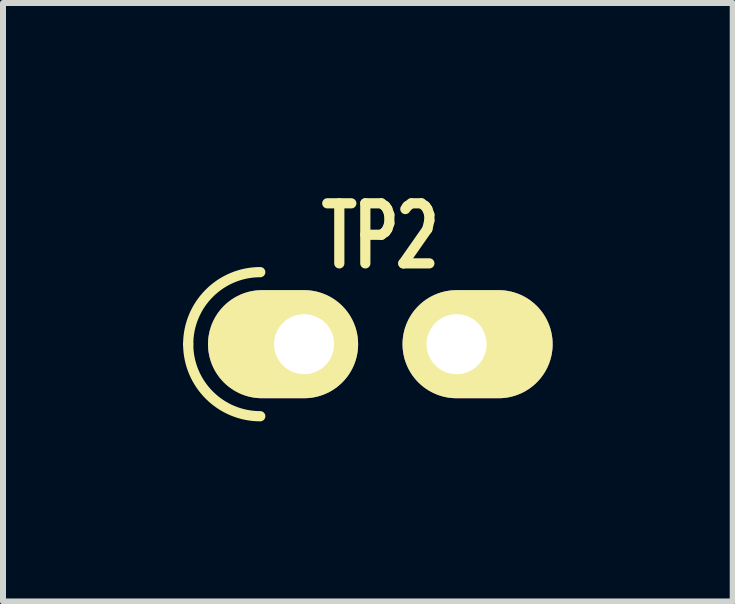
<source format=kicad_pcb>
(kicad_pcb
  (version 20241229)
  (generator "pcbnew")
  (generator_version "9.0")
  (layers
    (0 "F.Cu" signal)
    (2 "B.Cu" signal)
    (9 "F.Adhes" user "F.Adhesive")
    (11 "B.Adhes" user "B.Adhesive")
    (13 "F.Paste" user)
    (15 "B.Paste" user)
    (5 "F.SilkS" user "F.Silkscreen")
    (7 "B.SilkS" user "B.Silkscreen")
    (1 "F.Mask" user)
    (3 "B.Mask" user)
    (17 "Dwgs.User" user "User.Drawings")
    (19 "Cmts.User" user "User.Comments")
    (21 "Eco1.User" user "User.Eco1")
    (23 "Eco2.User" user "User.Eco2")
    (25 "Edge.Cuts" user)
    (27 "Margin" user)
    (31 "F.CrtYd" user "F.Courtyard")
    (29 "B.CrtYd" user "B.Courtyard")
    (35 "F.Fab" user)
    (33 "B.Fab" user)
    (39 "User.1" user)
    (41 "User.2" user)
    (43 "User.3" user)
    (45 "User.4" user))
  (footprint "TP2"
    (layer "F.Cu")
    (at 3.285 2.683)
    (property "Reference" "TP2" (at 0 -1.8 0) (layer "F.SilkS") (effects (font (size 1 0.7) (thickness 0.17))))
    (attr through_hole)
    (fp_arc (start -3.2 0) (mid -2.848528 -0.848528) (end -2 -1.2) (stroke (width 0.17) (type solid)) (layer "F.SilkS"))
    (fp_arc (start -2 1.2) (mid -2.848528 0.848528) (end -3.2 0) (stroke (width 0.17) (type solid)) (layer "F.SilkS"))
    (pad "1" thru_hole oval (at -1.27 0) (size 2.5 1.8) (drill 1 (offset -0.35 0)) (layers "*.Cu" "*.Mask" "F.SilkS"))
    (pad "2" thru_hole oval (at 1.27 0) (size 2.5 1.8) (drill 1 (offset 0.35 0)) (layers "*.Cu" "*.Mask" "F.SilkS")))
  (gr_rect
    (start -3 -3)
    (end 9.155 6.968)
    (stroke (width 0.1) (type default))
    (fill no)
    (layer "Edge.Cuts")))
</source>
